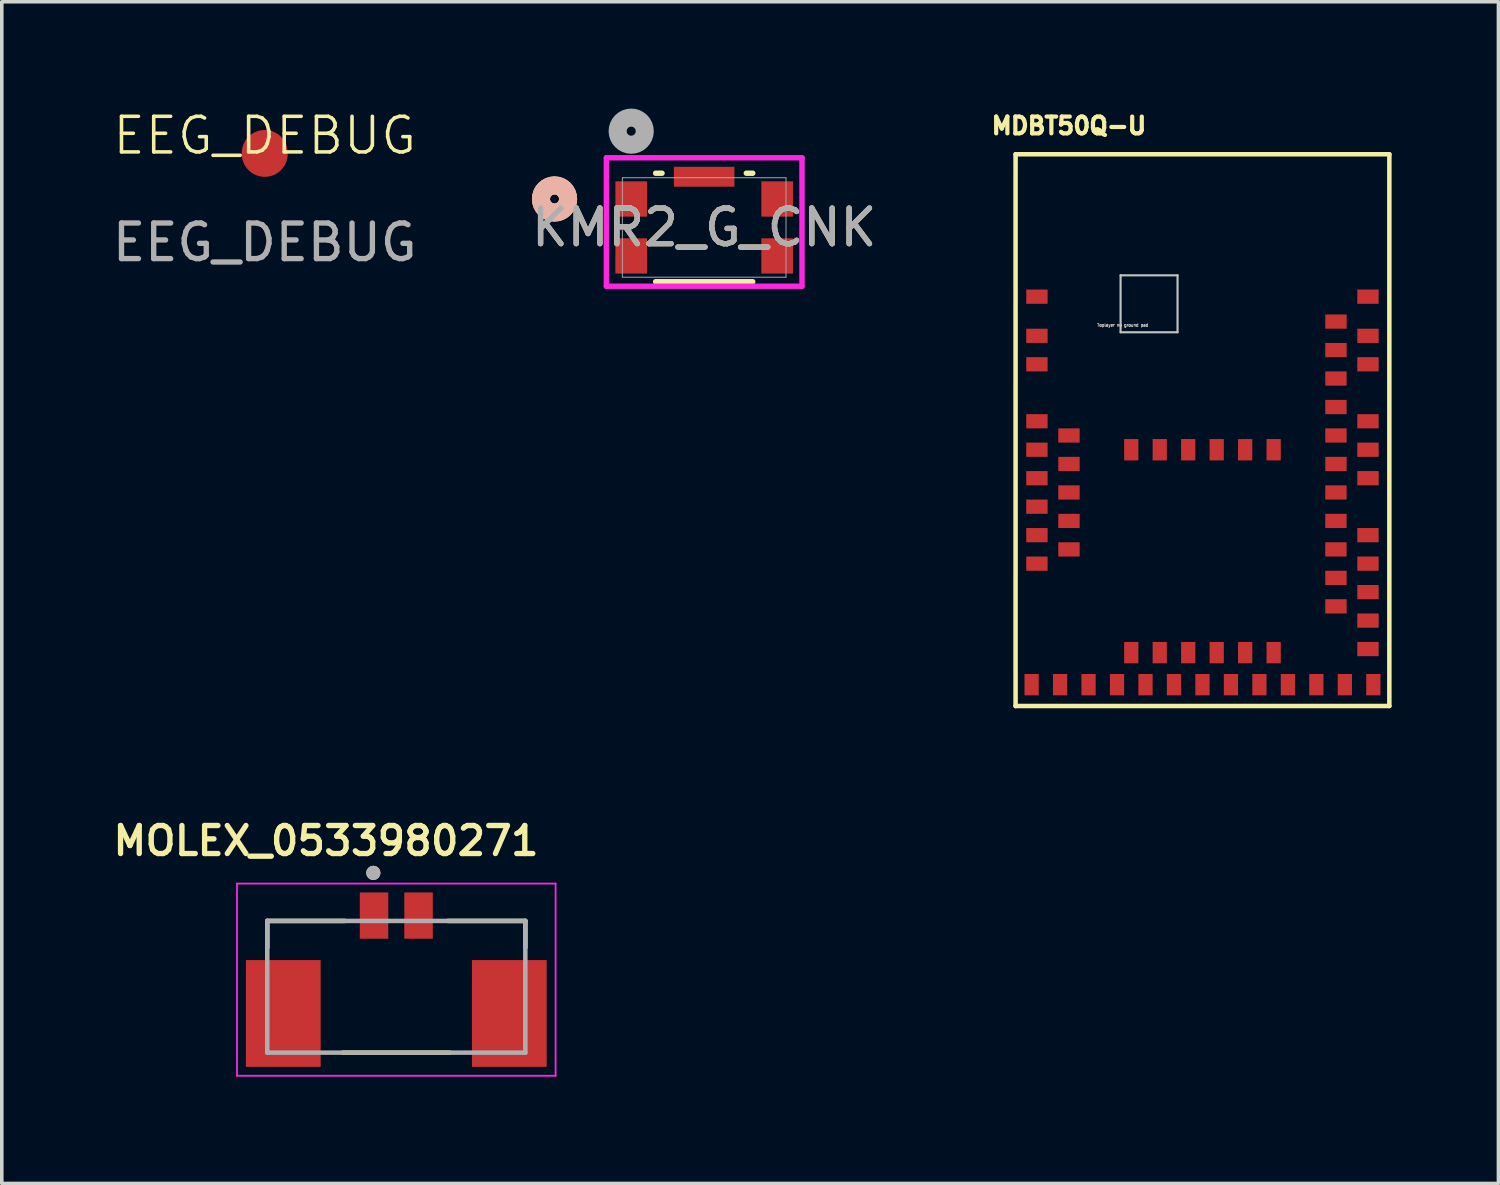
<source format=kicad_pcb>
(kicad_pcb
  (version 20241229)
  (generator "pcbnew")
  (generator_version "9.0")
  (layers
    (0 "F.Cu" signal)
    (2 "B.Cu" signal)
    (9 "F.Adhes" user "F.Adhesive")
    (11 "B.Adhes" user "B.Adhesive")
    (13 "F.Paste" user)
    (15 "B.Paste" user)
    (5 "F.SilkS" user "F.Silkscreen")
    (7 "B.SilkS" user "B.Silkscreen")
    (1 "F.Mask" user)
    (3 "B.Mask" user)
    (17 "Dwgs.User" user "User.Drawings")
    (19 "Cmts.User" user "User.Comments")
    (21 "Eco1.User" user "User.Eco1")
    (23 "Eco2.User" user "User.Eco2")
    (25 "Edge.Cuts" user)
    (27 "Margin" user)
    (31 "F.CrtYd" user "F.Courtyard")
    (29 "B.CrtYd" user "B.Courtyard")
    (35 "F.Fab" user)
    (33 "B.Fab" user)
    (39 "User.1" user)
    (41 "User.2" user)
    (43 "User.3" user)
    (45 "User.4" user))
  (footprint "MDBT50Q-U"
    (layer "F.Cu")
    (at 30.73 9.034)
    (property "Reference" "MDBT50Q-U" (at -3.75 -8.55 0) (layer "F.SilkS") (effects (font (size 0.472 0.472) (thickness 0.15))))
    (attr smd)
    (fp_line (start -5.25 -7.75) (end 5.25 -7.75) (stroke (width 0.127) (type solid)) (layer "F.SilkS"))
    (fp_line (start -5.25 7.75) (end -5.25 -7.75) (stroke (width 0.127) (type solid)) (layer "F.SilkS"))
    (fp_line (start 5.25 -7.75) (end 5.25 7.75) (stroke (width 0.127) (type solid)) (layer "F.SilkS"))
    (fp_line (start 5.25 7.75) (end -5.25 7.75) (stroke (width 0.127) (type solid)) (layer "F.SilkS"))
    (fp_line (start -2.3 -4.35) (end -2.3 -2.75) (stroke (width 0.06) (type solid)) (layer "Dwgs.User"))
    (fp_line (start -2.3 -4.35) (end -0.7 -4.35) (stroke (width 0.06) (type solid)) (layer "Dwgs.User"))
    (fp_line (start -2.3 -2.75) (end -0.7 -2.75) (stroke (width 0.06) (type solid)) (layer "Dwgs.User"))
    (fp_line (start -0.7 -4.35) (end -0.7 -2.75) (stroke (width 0.06) (type solid)) (layer "Dwgs.User"))
    (fp_text user "Toplayer no ground pad" (at -2.24 -2.95 0) (layer "Dwgs.User") (effects (font (size 0.079 0.079) (thickness 0.15))))
    (pad "1" smd rect (at -4.65 -3.75) (size 0.6 0.4) (layers "F.Cu" "F.Mask" "F.Paste"))
    (pad "2" smd rect (at -4.65 -2.65) (size 0.6 0.4) (layers "F.Cu" "F.Mask" "F.Paste"))
    (pad "3" smd rect (at -4.65 -1.85) (size 0.6 0.4) (layers "F.Cu" "F.Mask" "F.Paste"))
    (pad "4" smd rect (at -4.65 -0.25) (size 0.6 0.4) (layers "F.Cu" "F.Mask" "F.Paste"))
    (pad "5" smd rect (at -3.75 0.15) (size 0.6 0.4) (layers "F.Cu" "F.Mask" "F.Paste"))
    (pad "6" smd rect (at -4.65 0.55) (size 0.6 0.4) (layers "F.Cu" "F.Mask" "F.Paste"))
    (pad "7" smd rect (at -3.75 0.95) (size 0.6 0.4) (layers "F.Cu" "F.Mask" "F.Paste"))
    (pad "8" smd rect (at -4.65 1.35) (size 0.6 0.4) (layers "F.Cu" "F.Mask" "F.Paste"))
    (pad "9" smd rect (at -3.75 1.75) (size 0.6 0.4) (layers "F.Cu" "F.Mask" "F.Paste"))
    (pad "10" smd rect (at -4.65 2.15) (size 0.6 0.4) (layers "F.Cu" "F.Mask" "F.Paste"))
    (pad "11" smd rect (at -3.75 2.55) (size 0.6 0.4) (layers "F.Cu" "F.Mask" "F.Paste"))
    (pad "12" smd rect (at -4.65 2.95) (size 0.6 0.4) (layers "F.Cu" "F.Mask" "F.Paste"))
    (pad "13" smd rect (at -3.75 3.35) (size 0.6 0.4) (layers "F.Cu" "F.Mask" "F.Paste"))
    (pad "14" smd rect (at -4.65 3.75) (size 0.6 0.4) (layers "F.Cu" "F.Mask" "F.Paste"))
    (pad "15" smd rect (at -4.8 7.15) (size 0.4 0.6) (layers "F.Cu" "F.Mask" "F.Paste"))
    (pad "16" smd rect (at -4 7.15) (size 0.4 0.6) (layers "F.Cu" "F.Mask" "F.Paste"))
    (pad "17" smd rect (at -3.2 7.15) (size 0.4 0.6) (layers "F.Cu" "F.Mask" "F.Paste"))
    (pad "18" smd rect (at -2.4 7.15) (size 0.4 0.6) (layers "F.Cu" "F.Mask" "F.Paste"))
    (pad "19" smd rect (at -2 6.25) (size 0.4 0.6) (layers "F.Cu" "F.Mask" "F.Paste"))
    (pad "20" smd rect (at -1.6 7.15) (size 0.4 0.6) (layers "F.Cu" "F.Mask" "F.Paste"))
    (pad "21" smd rect (at -1.2 6.25) (size 0.4 0.6) (layers "F.Cu" "F.Mask" "F.Paste"))
    (pad "22" smd rect (at -0.8 7.15) (size 0.4 0.6) (layers "F.Cu" "F.Mask" "F.Paste"))
    (pad "23" smd rect (at -0.4 6.25) (size 0.4 0.6) (layers "F.Cu" "F.Mask" "F.Paste"))
    (pad "24" smd rect (at 0 7.15) (size 0.4 0.6) (layers "F.Cu" "F.Mask" "F.Paste"))
    (pad "25" smd rect (at 0.4 6.25) (size 0.4 0.6) (layers "F.Cu" "F.Mask" "F.Paste"))
    (pad "26" smd rect (at 0.8 7.15) (size 0.4 0.6) (layers "F.Cu" "F.Mask" "F.Paste"))
    (pad "27" smd rect (at 1.2 6.25) (size 0.4 0.6) (layers "F.Cu" "F.Mask" "F.Paste"))
    (pad "28" smd rect (at 1.6 7.15) (size 0.4 0.6) (layers "F.Cu" "F.Mask" "F.Paste"))
    (pad "29" smd rect (at 2 6.25) (size 0.4 0.6) (layers "F.Cu" "F.Mask" "F.Paste"))
    (pad "30" smd rect (at 2.4 7.15) (size 0.4 0.6) (layers "F.Cu" "F.Mask" "F.Paste"))
    (pad "31" smd rect (at 3.2 7.15) (size 0.4 0.6) (layers "F.Cu" "F.Mask" "F.Paste"))
    (pad "32" smd rect (at 4 7.15) (size 0.4 0.6) (layers "F.Cu" "F.Mask" "F.Paste"))
    (pad "33" smd rect (at 4.8 7.15) (size 0.4 0.6) (layers "F.Cu" "F.Mask" "F.Paste"))
    (pad "34" smd rect (at 4.65 6.15) (size 0.6 0.4) (layers "F.Cu" "F.Mask" "F.Paste"))
    (pad "35" smd rect (at 4.65 5.35) (size 0.6 0.4) (layers "F.Cu" "F.Mask" "F.Paste"))
    (pad "36" smd rect (at 3.75 4.95) (size 0.6 0.4) (layers "F.Cu" "F.Mask" "F.Paste"))
    (pad "37" smd rect (at 4.65 4.55) (size 0.6 0.4) (layers "F.Cu" "F.Mask" "F.Paste"))
    (pad "38" smd rect (at 3.75 4.15) (size 0.6 0.4) (layers "F.Cu" "F.Mask" "F.Paste"))
    (pad "39" smd rect (at 4.65 3.75) (size 0.6 0.4) (layers "F.Cu" "F.Mask" "F.Paste"))
    (pad "40" smd rect (at 3.75 3.35) (size 0.6 0.4) (layers "F.Cu" "F.Mask" "F.Paste"))
    (pad "41" smd rect (at 4.65 2.95) (size 0.6 0.4) (layers "F.Cu" "F.Mask" "F.Paste"))
    (pad "42" smd rect (at 3.75 2.55) (size 0.6 0.4) (layers "F.Cu" "F.Mask" "F.Paste"))
    (pad "43" smd rect (at 3.75 1.75) (size 0.6 0.4) (layers "F.Cu" "F.Mask" "F.Paste"))
    (pad "44" smd rect (at 4.65 1.35) (size 0.6 0.4) (layers "F.Cu" "F.Mask" "F.Paste"))
    (pad "45" smd rect (at 3.75 0.95) (size 0.6 0.4) (layers "F.Cu" "F.Mask" "F.Paste"))
    (pad "46" smd rect (at 4.65 0.55) (size 0.6 0.4) (layers "F.Cu" "F.Mask" "F.Paste"))
    (pad "47" smd rect (at 3.75 0.15) (size 0.6 0.4) (layers "F.Cu" "F.Mask" "F.Paste"))
    (pad "48" smd rect (at 4.65 -0.25) (size 0.6 0.4) (layers "F.Cu" "F.Mask" "F.Paste"))
    (pad "49" smd rect (at 3.75 -0.65) (size 0.6 0.4) (layers "F.Cu" "F.Mask" "F.Paste"))
    (pad "50" smd rect (at 3.75 -1.45) (size 0.6 0.4) (layers "F.Cu" "F.Mask" "F.Paste"))
    (pad "51" smd rect (at 4.65 -1.85) (size 0.6 0.4) (layers "F.Cu" "F.Mask" "F.Paste"))
    (pad "52" smd rect (at 3.75 -2.25) (size 0.6 0.4) (layers "F.Cu" "F.Mask" "F.Paste"))
    (pad "53" smd rect (at 4.65 -2.65) (size 0.6 0.4) (layers "F.Cu" "F.Mask" "F.Paste"))
    (pad "54" smd rect (at 3.75 -3.05) (size 0.6 0.4) (layers "F.Cu" "F.Mask" "F.Paste"))
    (pad "55" smd rect (at 4.65 -3.75) (size 0.6 0.4) (layers "F.Cu" "F.Mask" "F.Paste"))
    (pad "56" smd rect (at -2 0.55) (size 0.4 0.6) (layers "F.Cu" "F.Mask" "F.Paste"))
    (pad "57" smd rect (at -1.2 0.55) (size 0.4 0.6) (layers "F.Cu" "F.Mask" "F.Paste"))
    (pad "58" smd rect (at -0.4 0.55) (size 0.4 0.6) (layers "F.Cu" "F.Mask" "F.Paste"))
    (pad "59" smd rect (at 0.4 0.55) (size 0.4 0.6) (layers "F.Cu" "F.Mask" "F.Paste"))
    (pad "60" smd rect (at 1.2 0.55) (size 0.4 0.6) (layers "F.Cu" "F.Mask" "F.Paste"))
    (pad "61" smd rect (at 2 0.55) (size 0.4 0.6) (layers "F.Cu" "F.Mask" "F.Paste")))
  (footprint "MOLEX_0533980271"
    (layer "F.Cu")
    (at 8.083 24.671)
    (property "Reference" "MOLEX_0533980271" (at -1.975 -4.1 0) (layer "F.SilkS") (effects (font (size 0.787 0.787) (thickness 0.15))))
    (attr smd)
    (fp_line (start -3.625 -1.85) (end -1.45 -1.85) (stroke (width 0.127) (type solid)) (layer "F.SilkS"))
    (fp_line (start -3.625 -1.1) (end -3.625 -1.85) (stroke (width 0.127) (type solid)) (layer "F.SilkS"))
    (fp_line (start -1.5 1.85) (end 1.5 1.85) (stroke (width 0.127) (type solid)) (layer "F.SilkS"))
    (fp_line (start 1.45 -1.85) (end 3.625 -1.85) (stroke (width 0.127) (type solid)) (layer "F.SilkS"))
    (fp_line (start 3.625 -1.85) (end 3.625 -1.1) (stroke (width 0.127) (type solid)) (layer "F.SilkS"))
    (fp_circle (center -0.645 -3.2) (end -0.545 -3.2) (stroke (width 0.2) (type solid)) (fill no) (layer "F.SilkS"))
    (fp_line (start -4.475 -2.9) (end 4.475 -2.9) (stroke (width 0.05) (type solid)) (layer "F.CrtYd"))
    (fp_line (start -4.475 2.5) (end -4.475 -2.9) (stroke (width 0.05) (type solid)) (layer "F.CrtYd"))
    (fp_line (start 4.475 -2.9) (end 4.475 2.5) (stroke (width 0.05) (type solid)) (layer "F.CrtYd"))
    (fp_line (start 4.475 2.5) (end -4.475 2.5) (stroke (width 0.05) (type solid)) (layer "F.CrtYd"))
    (fp_line (start -3.625 -1.85) (end 3.625 -1.85) (stroke (width 0.127) (type solid)) (layer "F.Fab"))
    (fp_line (start -3.625 1.85) (end -3.625 -1.85) (stroke (width 0.127) (type solid)) (layer "F.Fab"))
    (fp_line (start 3.625 -1.85) (end 3.625 1.85) (stroke (width 0.127) (type solid)) (layer "F.Fab"))
    (fp_line (start 3.625 1.85) (end -3.625 1.85) (stroke (width 0.127) (type solid)) (layer "F.Fab"))
    (fp_circle (center -0.645 -3.2) (end -0.545 -3.2) (stroke (width 0.2) (type solid)) (fill no) (layer "F.Fab"))
    (pad "1" smd rect (at -0.625 -2) (size 0.8 1.3) (layers "F.Cu" "F.Mask" "F.Paste"))
    (pad "2" smd rect (at 0.625 -2) (size 0.8 1.3) (layers "F.Cu" "F.Mask" "F.Paste"))
    (pad "S1" smd rect (at -3.175 0.75) (size 2.1 3) (layers "F.Cu" "F.Mask" "F.Paste"))
    (pad "S2" smd rect (at 3.175 0.75) (size 2.1 3) (layers "F.Cu" "F.Mask" "F.Paste")))
  (footprint "KMR2_G_CNK"
    (layer "F.Cu")
    (at 16.732 3.34)
    (property "Reference" "KMR2_G_CNK" (at 0 0 0) (unlocked yes) (layer "F.SilkS") (effects (font (size 1 1) (thickness 0.15))))
    (attr smd)
    (fp_line (start -1.364 1.524) (end 1.364 1.524) (stroke (width 0.152) (type solid)) (layer "F.SilkS"))
    (fp_line (start -1.184 -1.524) (end -1.364 -1.524) (stroke (width 0.152) (type solid)) (layer "F.SilkS"))
    (fp_line (start 1.364 -1.524) (end 1.184 -1.524) (stroke (width 0.152) (type solid)) (layer "F.SilkS"))
    (fp_circle (center -4.204 -0.8) (end -3.823 -0.8) (stroke (width 0.508) (type solid)) (fill no) (layer "F.SilkS"))
    (fp_circle (center -4.204 -0.8) (end -3.823 -0.8) (stroke (width 0.508) (type solid)) (fill no) (layer "B.SilkS"))
    (fp_line (start -2.748 -1.958) (end -2.748 1.651) (stroke (width 0.152) (type solid)) (layer "F.CrtYd"))
    (fp_line (start -2.748 1.651) (end 2.748 1.651) (stroke (width 0.152) (type solid)) (layer "F.CrtYd"))
    (fp_line (start 2.748 -1.958) (end -2.748 -1.958) (stroke (width 0.152) (type solid)) (layer "F.CrtYd"))
    (fp_line (start 2.748 1.651) (end 2.748 -1.958) (stroke (width 0.152) (type solid)) (layer "F.CrtYd"))
    (fp_line (start -2.299 -1.397) (end -2.299 1.397) (stroke (width 0.025) (type solid)) (layer "F.Fab"))
    (fp_line (start -2.299 1.397) (end 2.299 1.397) (stroke (width 0.025) (type solid)) (layer "F.Fab"))
    (fp_line (start 2.299 -1.397) (end -2.299 -1.397) (stroke (width 0.025) (type solid)) (layer "F.Fab"))
    (fp_line (start 2.299 1.397) (end 2.299 -1.397) (stroke (width 0.025) (type solid)) (layer "F.Fab"))
    (fp_circle (center -2.05 -2.705) (end -1.669 -2.705) (stroke (width 0.508) (type solid)) (fill no) (layer "F.Fab"))
    (fp_text user "${REFERENCE}" (at 0 0 0) (unlocked yes) (layer "F.Fab") (effects (font (size 1 1) (thickness 0.15))))
    (pad "1" smd rect (at -2.05 -0.8) (size 0.889 0.991) (layers "F.Cu" "F.Mask" "F.Paste"))
    (pad "2" smd rect (at 2.05 -0.8) (size 0.889 0.991) (layers "F.Cu" "F.Mask" "F.Paste"))
    (pad "3" smd rect (at -2.05 0.8) (size 0.889 0.991) (layers "F.Cu" "F.Mask" "F.Paste"))
    (pad "4" smd rect (at 2.05 0.8) (size 0.889 0.991) (layers "F.Cu" "F.Mask" "F.Paste"))
    (pad "5" smd rect (at 0 -1.425) (size 1.702 0.559) (layers "F.Cu" "F.Mask" "F.Paste")))
  (footprint "EEG_DEBUG"
    (layer "F.Cu")
    (at 4.387 1.26)
    (property "Reference" "EEG_DEBUG" (at 0 -0.5 0) (unlocked yes) (layer "F.SilkS") (effects (font (size 1 1) (thickness 0.1))))
    (attr smd)
    (fp_text user "${REFERENCE}" (at 0 2.5 0) (unlocked yes) (layer "F.Fab") (effects (font (size 1 1) (thickness 0.15))))
    (pad "1" smd oval (at 0 0) (size 1.291 1.316) (layers "F.Cu" "F.Mask" "F.Paste")))
  (gr_rect
    (start -3 -3)
    (end 39.044 30.196)
    (stroke (width 0.1) (type default))
    (fill no)
    (layer "Edge.Cuts")))
</source>
